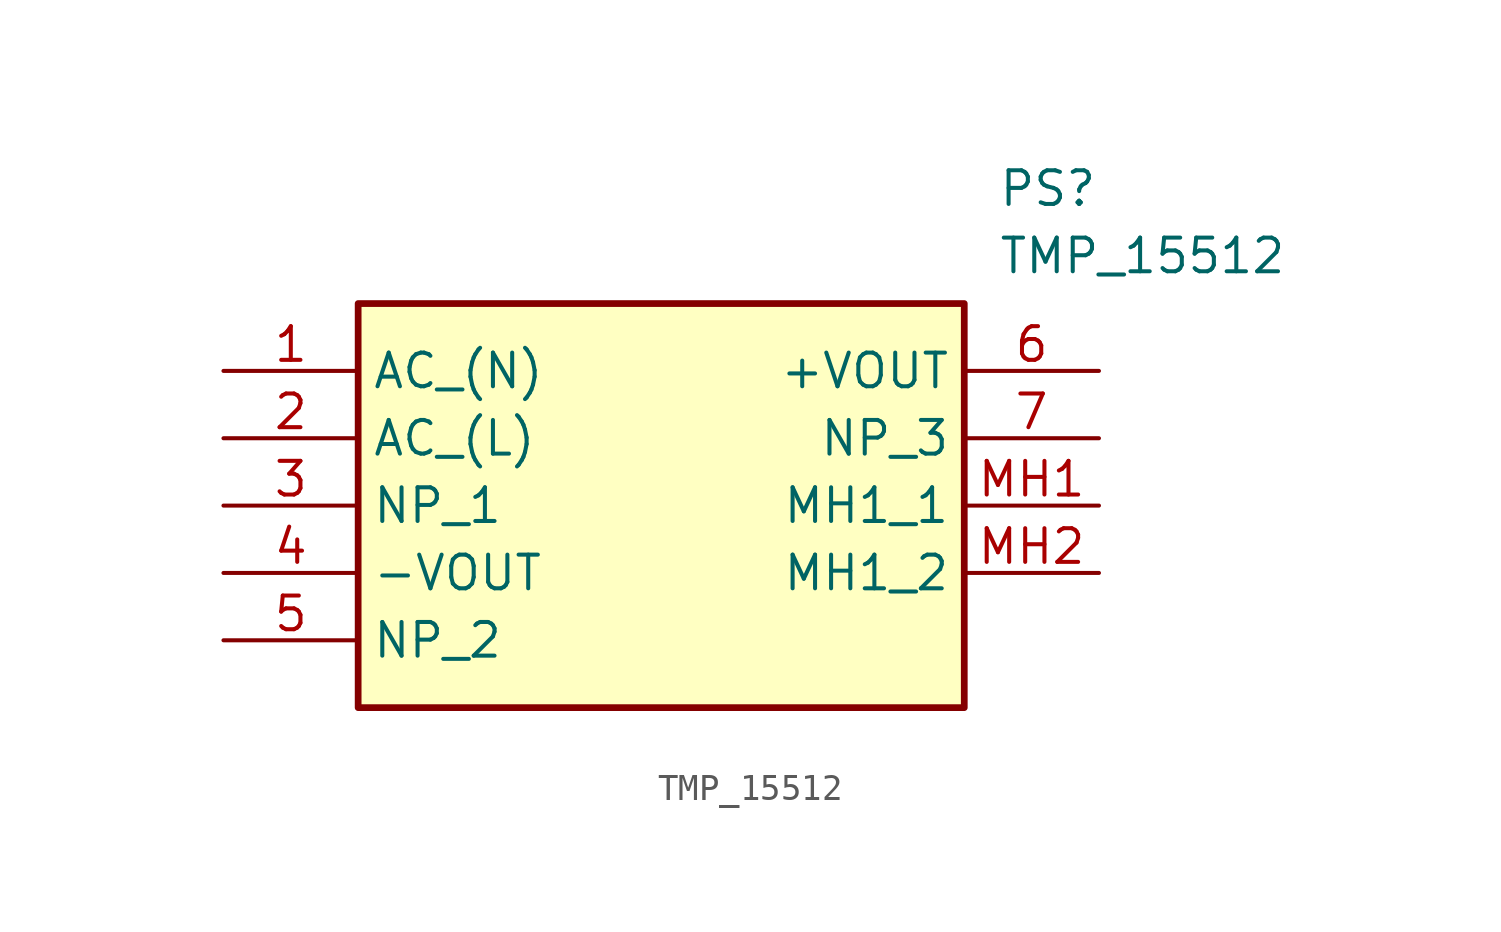
<source format=kicad_sym>
(kicad_symbol_lib
  (version 20211014)
  (generator SamacSys_ECAD_Model)
  (symbol "TMP_15512"
    (property "Reference" "PS"
      (at 29.21 7.62 0)
      (effects (font (size 1.27 1.27)) (justify left top)))
    (property "Value" "TMP_15512"
      (at 29.21 5.08 0)
      (effects (font (size 1.27 1.27)) (justify left top)))
    (rectangle
      (start 5.08 2.54)
      (end 27.94 -12.7)
      (stroke (width 0.254) (type default))
      (fill (type background)))
    (pin passive line
      (at 0 0 0)
      (length 5.08)
      (name "AC_(N)" (effects (font (size 1.27 1.27))))
      (number "1" (effects (font (size 1.27 1.27)))))
    (pin passive line
      (at 0 -2.54 0)
      (length 5.08)
      (name "AC_(L)" (effects (font (size 1.27 1.27))))
      (number "2" (effects (font (size 1.27 1.27)))))
    (pin passive line
      (at 0 -5.08 0)
      (length 5.08)
      (name "NP_1" (effects (font (size 1.27 1.27))))
      (number "3" (effects (font (size 1.27 1.27)))))
    (pin passive line
      (at 0 -7.62 0)
      (length 5.08)
      (name "-VOUT" (effects (font (size 1.27 1.27))))
      (number "4" (effects (font (size 1.27 1.27)))))
    (pin passive line
      (at 0 -10.16 0)
      (length 5.08)
      (name "NP_2" (effects (font (size 1.27 1.27))))
      (number "5" (effects (font (size 1.27 1.27)))))
    (pin passive line
      (at 33.02 0 180)
      (length 5.08)
      (name "+VOUT" (effects (font (size 1.27 1.27))))
      (number "6" (effects (font (size 1.27 1.27)))))
    (pin passive line
      (at 33.02 -2.54 180)
      (length 5.08)
      (name "NP_3" (effects (font (size 1.27 1.27))))
      (number "7" (effects (font (size 1.27 1.27)))))
    (pin passive line
      (at 33.02 -5.08 180)
      (length 5.08)
      (name "MH1_1" (effects (font (size 1.27 1.27))))
      (number "MH1" (effects (font (size 1.27 1.27)))))
    (pin passive line
      (at 33.02 -7.62 180)
      (length 5.08)
      (name "MH1_2" (effects (font (size 1.27 1.27))))
      (number "MH2" (effects (font (size 1.27 1.27)))))))
</source>
